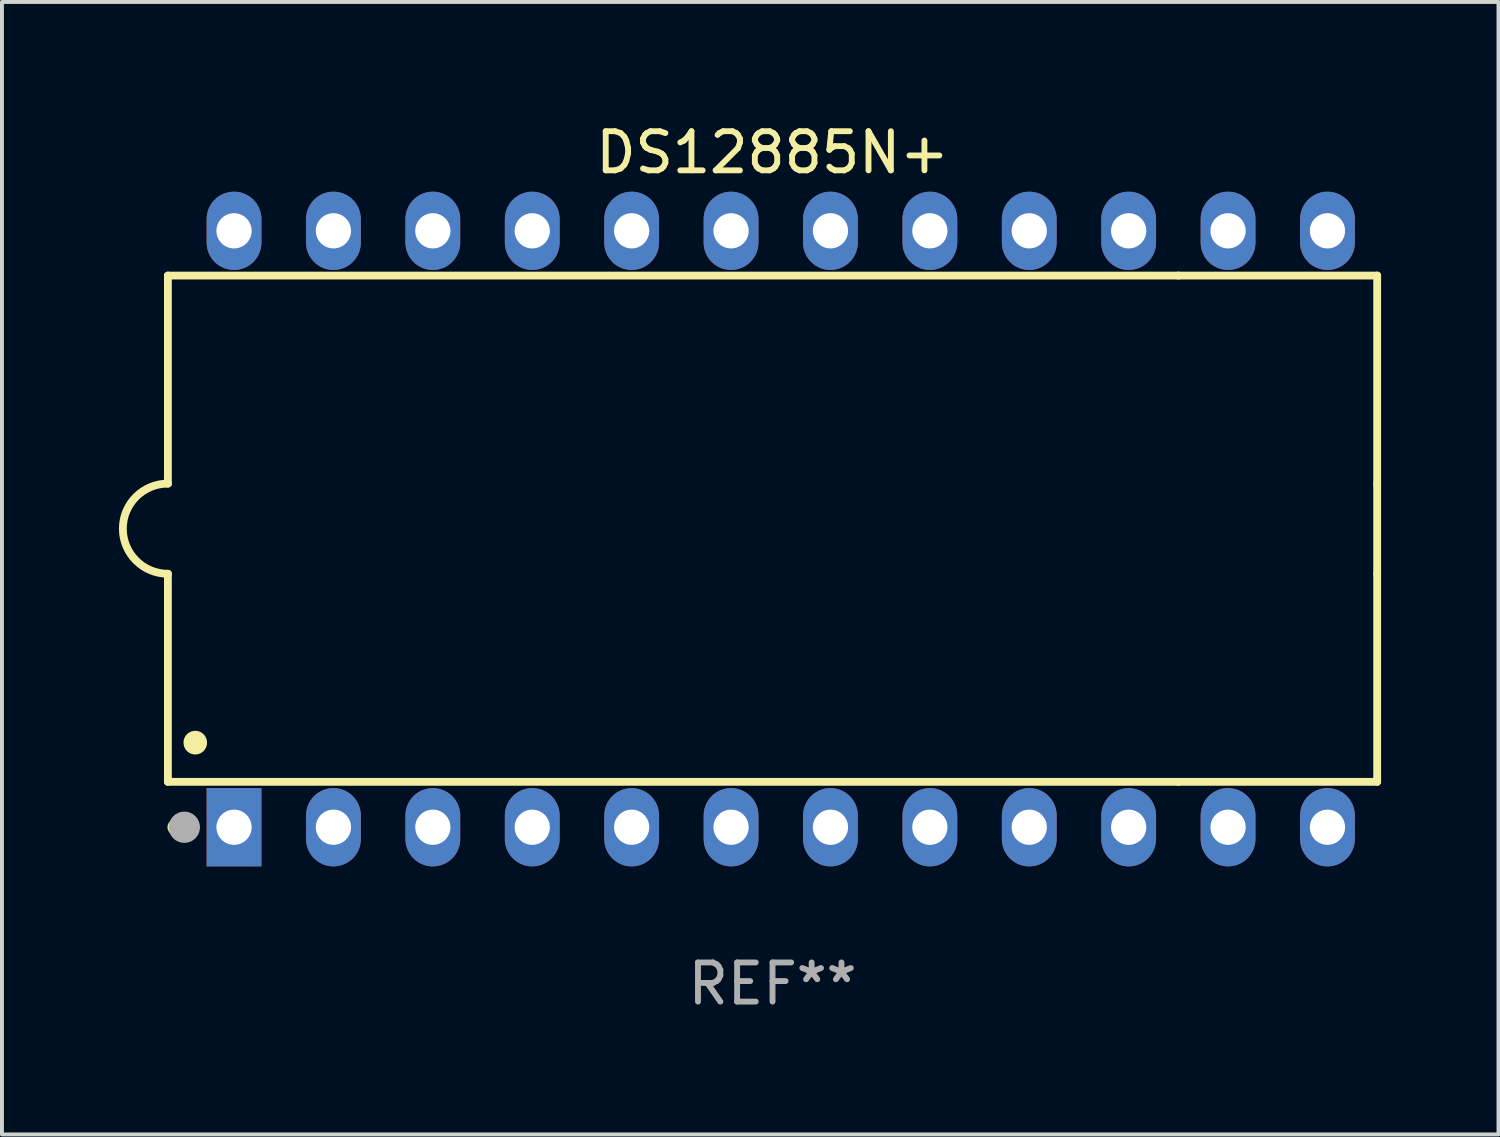
<source format=kicad_pcb>
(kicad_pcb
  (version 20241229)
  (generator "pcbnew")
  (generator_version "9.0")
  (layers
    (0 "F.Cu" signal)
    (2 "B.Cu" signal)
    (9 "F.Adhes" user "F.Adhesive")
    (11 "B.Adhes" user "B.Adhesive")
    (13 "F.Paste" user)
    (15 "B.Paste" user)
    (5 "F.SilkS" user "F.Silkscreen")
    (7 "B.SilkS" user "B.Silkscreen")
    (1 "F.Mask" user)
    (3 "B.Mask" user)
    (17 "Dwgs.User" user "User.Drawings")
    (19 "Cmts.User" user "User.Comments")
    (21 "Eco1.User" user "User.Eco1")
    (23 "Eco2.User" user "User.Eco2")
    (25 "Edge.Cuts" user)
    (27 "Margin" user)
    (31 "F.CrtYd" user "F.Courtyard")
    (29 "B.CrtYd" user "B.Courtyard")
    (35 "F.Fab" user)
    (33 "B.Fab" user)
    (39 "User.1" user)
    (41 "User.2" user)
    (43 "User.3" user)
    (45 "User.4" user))
  (footprint "DS12885N+"
    (layer "F.Cu")
    (at 16.69 10.468)
    (property "Reference" "DS12885N+" (at 0 -9.62 0) (layer "F.SilkS") (effects (font (size 1 1) (thickness 0.15))))
    (attr through_hole)
    (fp_line (start -15.45 -6.477) (end 10.37 -6.477) (stroke (width 0.2) (type solid)) (layer "F.SilkS"))
    (fp_line (start -15.45 -1.16) (end -15.45 -6.477) (stroke (width 0.2) (type solid)) (layer "F.SilkS"))
    (fp_line (start -15.45 6.46) (end -15.45 1.143) (stroke (width 0.2) (type solid)) (layer "F.SilkS"))
    (fp_line (start 10.37 -6.477) (end 15.45 -6.477) (stroke (width 0.2) (type solid)) (layer "F.SilkS"))
    (fp_line (start 10.37 6.46) (end -15.45 6.46) (stroke (width 0.2) (type solid)) (layer "F.SilkS"))
    (fp_line (start 15.45 -6.477) (end 15.45 -1.16) (stroke (width 0.2) (type solid)) (layer "F.SilkS"))
    (fp_line (start 15.45 -1.16) (end 15.45 1.143) (stroke (width 0.2) (type solid)) (layer "F.SilkS"))
    (fp_line (start 15.45 1.143) (end 15.45 6.46) (stroke (width 0.2) (type solid)) (layer "F.SilkS"))
    (fp_line (start 15.45 6.46) (end 10.37 6.46) (stroke (width 0.2) (type solid)) (layer "F.SilkS"))
    (fp_arc (start -15.449136 1.142901) (mid -16.590111 -0.008992) (end -15.449137 -1.160885) (stroke (width 0.2) (type solid)) (layer "F.SilkS"))
    (fp_arc (start -15.259982 7.620676) (mid -15.259992 7.618644) (end -15.259982 7.616612) (stroke (width 0.4) (type solid)) (layer "F.SilkS"))
    (fp_arc (start -14.750635 5.460909) (mid -14.750646 5.458369) (end -14.750635 5.455829) (stroke (width 0.6) (type solid)) (layer "F.SilkS"))
    (fp_circle (center -15.29 7.7) (end -15.26 7.7) (stroke (width 0.06) (type solid)) (fill no) (layer "F.SilkS"))
    (fp_circle (center -15.03 7.62) (end -14.83 7.62) (stroke (width 0.4) (type solid)) (fill no) (layer "F.Fab"))
    (fp_text user "REF**" (at 0 11.62 0) (layer "F.Fab") (effects (font (size 1 1) (thickness 0.15))))
    (pad "1" thru_hole rect (at -13.76 7.62) (size 1.4 2) (drill 0.9) (layers "*.Cu" "*.Mask"))
    (pad "2" thru_hole oval (at -11.22 7.62) (size 1.4 2) (drill 0.9) (layers "*.Cu" "*.Mask"))
    (pad "3" thru_hole oval (at -8.68 7.62) (size 1.4 2) (drill 0.9) (layers "*.Cu" "*.Mask"))
    (pad "4" thru_hole oval (at -6.14 7.62) (size 1.4 2) (drill 0.9) (layers "*.Cu" "*.Mask"))
    (pad "5" thru_hole oval (at -3.6 7.62) (size 1.4 2) (drill 0.9) (layers "*.Cu" "*.Mask"))
    (pad "6" thru_hole oval (at -1.06 7.62) (size 1.4 2) (drill 0.9) (layers "*.Cu" "*.Mask"))
    (pad "7" thru_hole oval (at 1.48 7.62) (size 1.4 2) (drill 0.9) (layers "*.Cu" "*.Mask"))
    (pad "8" thru_hole oval (at 4.02 7.62) (size 1.4 2) (drill 0.9) (layers "*.Cu" "*.Mask"))
    (pad "9" thru_hole oval (at 6.56 7.62) (size 1.4 2) (drill 0.9) (layers "*.Cu" "*.Mask"))
    (pad "10" thru_hole oval (at 9.1 7.62) (size 1.4 2) (drill 0.9) (layers "*.Cu" "*.Mask"))
    (pad "11" thru_hole oval (at 11.64 7.62) (size 1.4 2) (drill 0.9) (layers "*.Cu" "*.Mask"))
    (pad "12" thru_hole oval (at 14.18 7.62) (size 1.4 2) (drill 0.9) (layers "*.Cu" "*.Mask"))
    (pad "13" thru_hole oval (at 14.18 -7.62) (size 1.4 2) (drill 0.9) (layers "*.Cu" "*.Mask"))
    (pad "14" thru_hole oval (at 11.64 -7.62) (size 1.4 2) (drill 0.9) (layers "*.Cu" "*.Mask"))
    (pad "15" thru_hole oval (at 9.1 -7.62) (size 1.4 2) (drill 0.9) (layers "*.Cu" "*.Mask"))
    (pad "16" thru_hole oval (at 6.56 -7.62) (size 1.4 2) (drill 0.9) (layers "*.Cu" "*.Mask"))
    (pad "17" thru_hole oval (at 4.02 -7.62) (size 1.4 2) (drill 0.9) (layers "*.Cu" "*.Mask"))
    (pad "18" thru_hole oval (at 1.48 -7.62) (size 1.4 2) (drill 0.9) (layers "*.Cu" "*.Mask"))
    (pad "19" thru_hole oval (at -1.06 -7.62) (size 1.4 2) (drill 0.9) (layers "*.Cu" "*.Mask"))
    (pad "20" thru_hole oval (at -3.6 -7.62) (size 1.4 2) (drill 0.9) (layers "*.Cu" "*.Mask"))
    (pad "21" thru_hole oval (at -6.14 -7.62) (size 1.4 2) (drill 0.9) (layers "*.Cu" "*.Mask"))
    (pad "22" thru_hole oval (at -8.68 -7.62) (size 1.4 2) (drill 0.9) (layers "*.Cu" "*.Mask"))
    (pad "23" thru_hole oval (at -11.22 -7.62) (size 1.4 2) (drill 0.9) (layers "*.Cu" "*.Mask"))
    (pad "24" thru_hole oval (at -13.76 -7.62) (size 1.4 2) (drill 0.9) (layers "*.Cu" "*.Mask")))
  (gr_rect
    (start -3 -3)
    (end 35.24 25.937)
    (stroke (width 0.1) (type default))
    (fill no)
    (layer "Edge.Cuts")))
</source>
